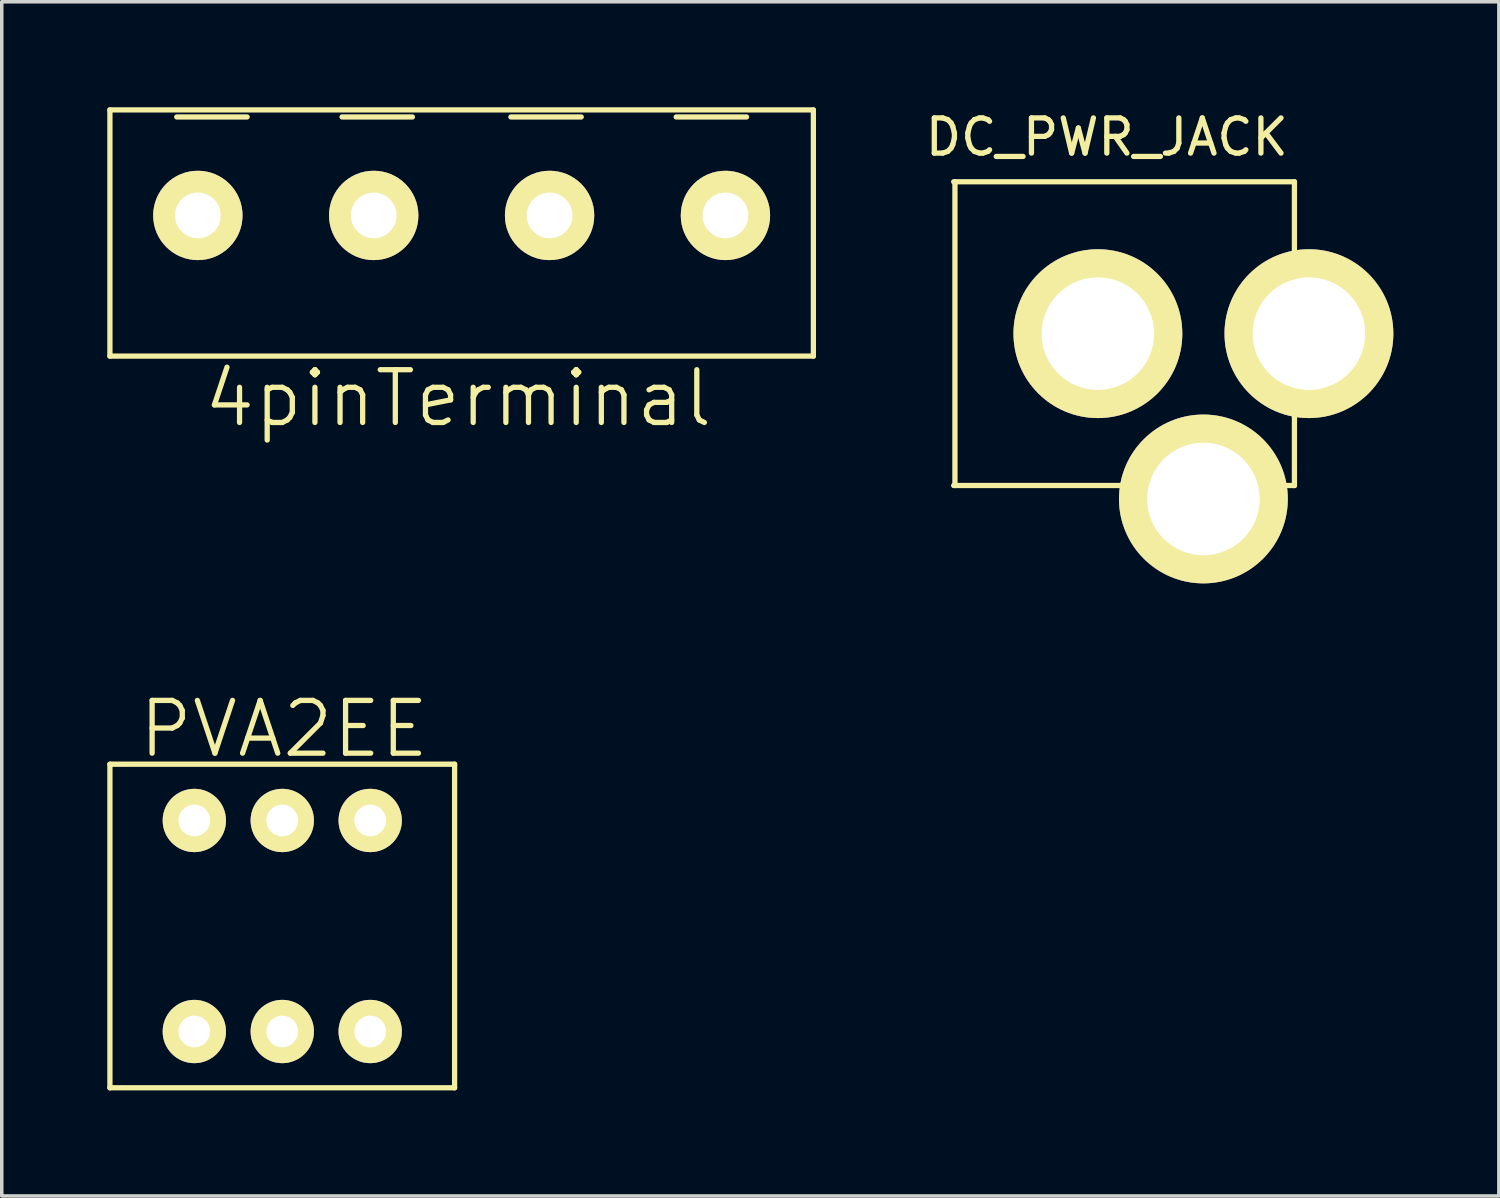
<source format=kicad_pcb>
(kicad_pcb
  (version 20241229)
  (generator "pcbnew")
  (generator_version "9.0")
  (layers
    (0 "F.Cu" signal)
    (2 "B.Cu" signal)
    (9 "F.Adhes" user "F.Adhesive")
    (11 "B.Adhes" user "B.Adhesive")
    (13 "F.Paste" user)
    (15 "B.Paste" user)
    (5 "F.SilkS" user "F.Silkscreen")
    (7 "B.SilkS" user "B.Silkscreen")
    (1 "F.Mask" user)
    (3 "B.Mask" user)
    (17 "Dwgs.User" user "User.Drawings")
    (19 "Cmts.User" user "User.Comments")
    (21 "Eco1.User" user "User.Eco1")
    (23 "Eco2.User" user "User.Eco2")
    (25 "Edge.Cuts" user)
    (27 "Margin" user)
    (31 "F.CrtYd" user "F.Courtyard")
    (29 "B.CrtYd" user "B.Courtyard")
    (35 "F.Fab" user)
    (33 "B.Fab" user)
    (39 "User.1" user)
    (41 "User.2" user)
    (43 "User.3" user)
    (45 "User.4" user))
  (footprint "PVA2EE"
    (layer "F.Cu")
    (at 4.975 23.277)
    (property "Reference" "PVA2EE" (at 0.05 -5.6 0) (layer "F.SilkS") (effects (font (size 1.5 1.5) (thickness 0.15))))
    (attr through_hole)
    (fp_line (start -4.9 -4.6) (end -4.9 4.6) (stroke (width 0.15) (type solid)) (layer "F.SilkS"))
    (fp_line (start -4.9 -4.6) (end 4.9 -4.6) (stroke (width 0.15) (type solid)) (layer "F.SilkS"))
    (fp_line (start -4.9 4.6) (end 4.9 4.6) (stroke (width 0.15) (type solid)) (layer "F.SilkS"))
    (fp_line (start 4.9 -4.6) (end 4.9 4.6) (stroke (width 0.15) (type solid)) (layer "F.SilkS"))
    (pad "1" thru_hole circle (at -2.5 -3) (size 1.8 1.8) (drill 0.9) (layers "*.Cu" "*.Mask" "F.SilkS"))
    (pad "2" thru_hole circle (at 0 -3) (size 1.8 1.8) (drill 0.9) (layers "*.Cu" "*.Mask" "F.SilkS"))
    (pad "3" thru_hole circle (at 2.5 -3) (size 1.8 1.8) (drill 0.9) (layers "*.Cu" "*.Mask" "F.SilkS"))
    (pad "4" thru_hole circle (at -2.5 3) (size 1.8 1.8) (drill 0.9) (layers "*.Cu" "*.Mask" "F.SilkS"))
    (pad "5" thru_hole circle (at 0 3) (size 1.8 1.8) (drill 0.9) (layers "*.Cu" "*.Mask" "F.SilkS"))
    (pad "6" thru_hole circle (at 2.5 3) (size 1.8 1.8) (drill 0.9) (layers "*.Cu" "*.Mask" "F.SilkS")))
  (footprint "DC_PWR_JACK"
    (layer "F.Cu")
    (at 28.164 6.436)
    (property "Reference" "DC_PWR_JACK" (at 0.254 -5.588 0) (layer "F.SilkS") (effects (font (size 1 1) (thickness 0.15))))
    (attr through_hole)
    (fp_line (start -4.1 -4.318) (end 5.588 -4.318) (stroke (width 0.15) (type solid)) (layer "F.SilkS"))
    (fp_line (start -4.1 4.318) (end 5.588 4.318) (stroke (width 0.15) (type solid)) (layer "F.SilkS"))
    (fp_line (start -4.064 -4.318) (end -4.064 4.318) (stroke (width 0.15) (type solid)) (layer "F.SilkS"))
    (fp_line (start 5.588 -4.318) (end 5.588 4.318) (stroke (width 0.15) (type solid)) (layer "F.SilkS"))
    (pad "1" thru_hole circle (at 6 0) (size 4.8 4.8) (drill 3.2) (layers "*.Cu" "*.Mask" "F.SilkS"))
    (pad "2" thru_hole circle (at 0 0) (size 4.8 4.8) (drill 3.2) (layers "*.Cu" "*.Mask" "F.SilkS"))
    (pad "3" thru_hole circle (at 3 4.7) (size 4.8 4.8) (drill 3.2) (layers "*.Cu" "*.Mask" "F.SilkS")))
  (footprint "4pinTerminal"
    (layer "F.Cu")
    (at 10.075 3.075)
    (property "Reference" "4pinTerminal" (at -0.1 5.2 0) (layer "F.SilkS") (effects (font (size 1.5 1.5) (thickness 0.15))))
    (attr through_hole)
    (fp_line (start -10 -3) (end -10 4) (stroke (width 0.15) (type solid)) (layer "F.SilkS"))
    (fp_line (start -10 -3) (end 10 -3) (stroke (width 0.15) (type solid)) (layer "F.SilkS"))
    (fp_line (start -10 4) (end 10 4) (stroke (width 0.15) (type solid)) (layer "F.SilkS"))
    (fp_line (start -8.1 -2.8) (end -6.1 -2.8) (stroke (width 0.15) (type solid)) (layer "F.SilkS"))
    (fp_line (start -3.4 -2.8) (end -1.4 -2.8) (stroke (width 0.15) (type solid)) (layer "F.SilkS"))
    (fp_line (start 1.4 -2.8) (end 3.4 -2.8) (stroke (width 0.15) (type solid)) (layer "F.SilkS"))
    (fp_line (start 6.1 -2.8) (end 8.1 -2.8) (stroke (width 0.15) (type solid)) (layer "F.SilkS"))
    (fp_line (start 10 -3) (end 10 4) (stroke (width 0.15) (type solid)) (layer "F.SilkS"))
    (pad "1" thru_hole circle (at -7.5 0) (size 2.54 2.54) (drill 1.3) (layers "*.Cu" "*.Mask" "F.SilkS"))
    (pad "2" thru_hole circle (at -2.5 0) (size 2.54 2.54) (drill 1.3) (layers "*.Cu" "*.Mask" "F.SilkS"))
    (pad "3" thru_hole circle (at 2.5 0) (size 2.54 2.54) (drill 1.3) (layers "*.Cu" "*.Mask" "F.SilkS"))
    (pad "4" thru_hole circle (at 7.5 0) (size 2.54 2.54) (drill 1.3) (layers "*.Cu" "*.Mask" "F.SilkS")))
  (gr_rect
    (start -3 -3)
    (end 39.564 30.952)
    (stroke (width 0.1) (type default))
    (fill no)
    (layer "Edge.Cuts")))
</source>
